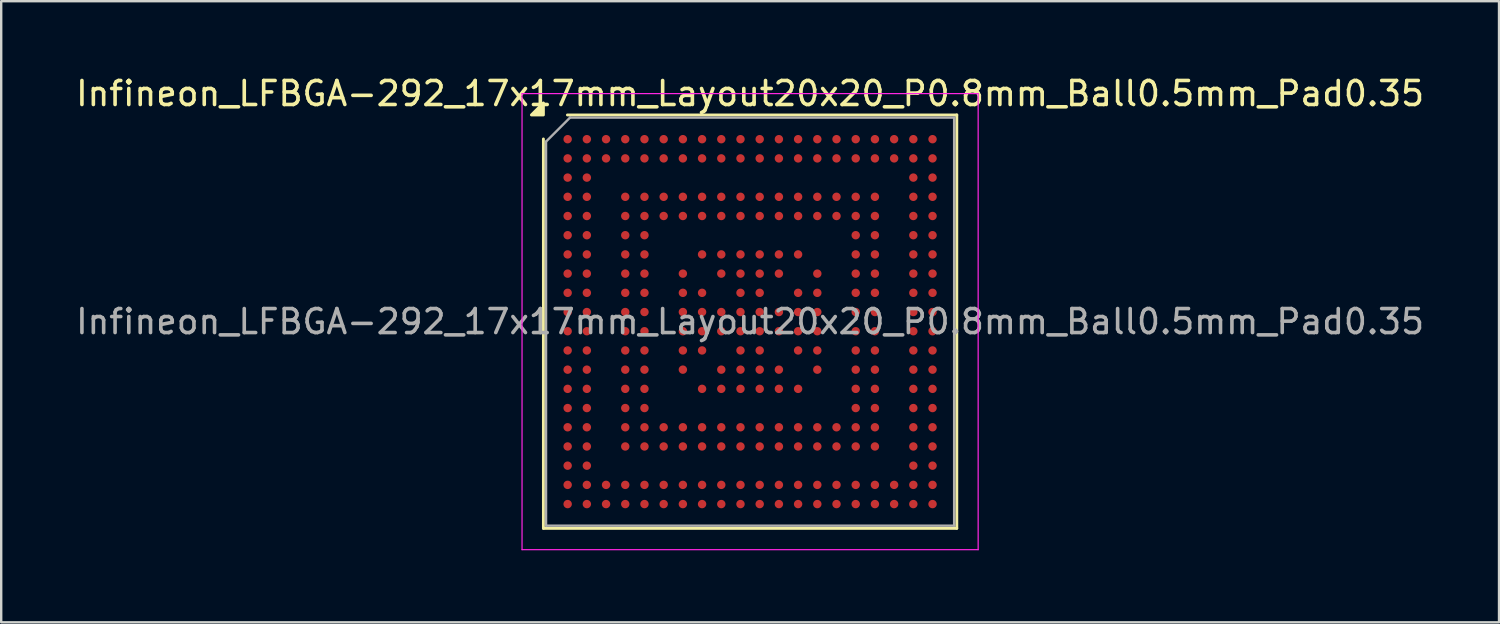
<source format=kicad_pcb>
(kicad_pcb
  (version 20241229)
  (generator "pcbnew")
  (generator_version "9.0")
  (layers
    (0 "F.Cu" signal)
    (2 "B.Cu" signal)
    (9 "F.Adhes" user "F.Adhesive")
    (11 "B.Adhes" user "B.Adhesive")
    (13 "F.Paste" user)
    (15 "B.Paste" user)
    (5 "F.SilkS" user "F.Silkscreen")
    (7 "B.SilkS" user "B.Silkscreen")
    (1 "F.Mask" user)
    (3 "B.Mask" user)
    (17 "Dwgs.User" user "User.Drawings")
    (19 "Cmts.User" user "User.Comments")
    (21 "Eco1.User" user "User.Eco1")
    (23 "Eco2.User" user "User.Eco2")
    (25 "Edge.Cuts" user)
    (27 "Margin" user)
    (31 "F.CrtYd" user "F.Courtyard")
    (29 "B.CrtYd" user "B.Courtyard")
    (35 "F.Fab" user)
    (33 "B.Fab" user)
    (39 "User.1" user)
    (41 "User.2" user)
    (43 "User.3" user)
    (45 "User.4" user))
  (footprint "Infineon_LFBGA-292_17x17mm_Layout20x20_P0.8mm_Ball0.5mm_Pad0.35"
    (layer "F.Cu")
    (at 28.196 10.348)
    (property "Reference" "Infineon_LFBGA-292_17x17mm_Layout20x20_P0.8mm_Ball0.5mm_Pad0.35" (at 0 -9.5 0) (layer "F.SilkS") (effects (font (size 1 1) (thickness 0.15))))
    (attr smd)
    (fp_line (start -8.61 8.61) (end -8.61 -7.61) (stroke (width 0.12) (type solid)) (layer "F.SilkS"))
    (fp_line (start -7.61 -8.61) (end 8.61 -8.61) (stroke (width 0.12) (type solid)) (layer "F.SilkS"))
    (fp_line (start 8.61 -8.61) (end 8.61 8.61) (stroke (width 0.12) (type solid)) (layer "F.SilkS"))
    (fp_line (start 8.61 8.61) (end -8.61 8.61) (stroke (width 0.12) (type solid)) (layer "F.SilkS"))
    (fp_poly (pts (xy -8.61 -8.61) (xy -9.11 -8.61) (xy -8.61 -9.11) (xy -8.61 -8.61)) (stroke (width 0.12) (type solid)) (fill yes) (layer "F.SilkS"))
    (fp_line (start -9.5 -9.5) (end -9.5 9.5) (stroke (width 0.05) (type solid)) (layer "F.CrtYd"))
    (fp_line (start -9.5 9.5) (end 9.5 9.5) (stroke (width 0.05) (type solid)) (layer "F.CrtYd"))
    (fp_line (start 9.5 -9.5) (end -9.5 -9.5) (stroke (width 0.05) (type solid)) (layer "F.CrtYd"))
    (fp_line (start 9.5 9.5) (end 9.5 -9.5) (stroke (width 0.05) (type solid)) (layer "F.CrtYd"))
    (fp_line (start -8.5 -7.5) (end -7.5 -8.5) (stroke (width 0.1) (type solid)) (layer "F.Fab"))
    (fp_line (start -8.5 8.5) (end -8.5 -7.5) (stroke (width 0.1) (type solid)) (layer "F.Fab"))
    (fp_line (start -7.5 -8.5) (end 8.5 -8.5) (stroke (width 0.1) (type solid)) (layer "F.Fab"))
    (fp_line (start 8.5 -8.5) (end 8.5 8.5) (stroke (width 0.1) (type solid)) (layer "F.Fab"))
    (fp_line (start 8.5 8.5) (end -8.5 8.5) (stroke (width 0.1) (type solid)) (layer "F.Fab"))
    (fp_text user "${REFERENCE}" (at 0 0 0) (layer "F.Fab") (effects (font (size 1 1) (thickness 0.15))))
    (pad "A1" smd circle (at -7.6 -7.6) (size 0.35 0.35) (property pad_prop_bga) (layers "F.Cu" "F.Mask" "F.Paste"))
    (pad "A2" smd circle (at -6.8 -7.6) (size 0.35 0.35) (property pad_prop_bga) (layers "F.Cu" "F.Mask" "F.Paste"))
    (pad "A3" smd circle (at -6 -7.6) (size 0.35 0.35) (property pad_prop_bga) (layers "F.Cu" "F.Mask" "F.Paste"))
    (pad "A4" smd circle (at -5.2 -7.6) (size 0.35 0.35) (property pad_prop_bga) (layers "F.Cu" "F.Mask" "F.Paste"))
    (pad "A5" smd circle (at -4.4 -7.6) (size 0.35 0.35) (property pad_prop_bga) (layers "F.Cu" "F.Mask" "F.Paste"))
    (pad "A6" smd circle (at -3.6 -7.6) (size 0.35 0.35) (property pad_prop_bga) (layers "F.Cu" "F.Mask" "F.Paste"))
    (pad "A7" smd circle (at -2.8 -7.6) (size 0.35 0.35) (property pad_prop_bga) (layers "F.Cu" "F.Mask" "F.Paste"))
    (pad "A8" smd circle (at -2 -7.6) (size 0.35 0.35) (property pad_prop_bga) (layers "F.Cu" "F.Mask" "F.Paste"))
    (pad "A9" smd circle (at -1.2 -7.6) (size 0.35 0.35) (property pad_prop_bga) (layers "F.Cu" "F.Mask" "F.Paste"))
    (pad "A10" smd circle (at -0.4 -7.6) (size 0.35 0.35) (property pad_prop_bga) (layers "F.Cu" "F.Mask" "F.Paste"))
    (pad "A11" smd circle (at 0.4 -7.6) (size 0.35 0.35) (property pad_prop_bga) (layers "F.Cu" "F.Mask" "F.Paste"))
    (pad "A12" smd circle (at 1.2 -7.6) (size 0.35 0.35) (property pad_prop_bga) (layers "F.Cu" "F.Mask" "F.Paste"))
    (pad "A13" smd circle (at 2 -7.6) (size 0.35 0.35) (property pad_prop_bga) (layers "F.Cu" "F.Mask" "F.Paste"))
    (pad "A14" smd circle (at 2.8 -7.6) (size 0.35 0.35) (property pad_prop_bga) (layers "F.Cu" "F.Mask" "F.Paste"))
    (pad "A15" smd circle (at 3.6 -7.6) (size 0.35 0.35) (property pad_prop_bga) (layers "F.Cu" "F.Mask" "F.Paste"))
    (pad "A16" smd circle (at 4.4 -7.6) (size 0.35 0.35) (property pad_prop_bga) (layers "F.Cu" "F.Mask" "F.Paste"))
    (pad "A17" smd circle (at 5.2 -7.6) (size 0.35 0.35) (property pad_prop_bga) (layers "F.Cu" "F.Mask" "F.Paste"))
    (pad "A18" smd circle (at 6 -7.6) (size 0.35 0.35) (property pad_prop_bga) (layers "F.Cu" "F.Mask" "F.Paste"))
    (pad "A19" smd circle (at 6.8 -7.6) (size 0.35 0.35) (property pad_prop_bga) (layers "F.Cu" "F.Mask" "F.Paste"))
    (pad "A20" smd circle (at 7.6 -7.6) (size 0.35 0.35) (property pad_prop_bga) (layers "F.Cu" "F.Mask" "F.Paste"))
    (pad "B1" smd circle (at -7.6 -6.8) (size 0.35 0.35) (property pad_prop_bga) (layers "F.Cu" "F.Mask" "F.Paste"))
    (pad "B2" smd circle (at -6.8 -6.8) (size 0.35 0.35) (property pad_prop_bga) (layers "F.Cu" "F.Mask" "F.Paste"))
    (pad "B3" smd circle (at -6 -6.8) (size 0.35 0.35) (property pad_prop_bga) (layers "F.Cu" "F.Mask" "F.Paste"))
    (pad "B4" smd circle (at -5.2 -6.8) (size 0.35 0.35) (property pad_prop_bga) (layers "F.Cu" "F.Mask" "F.Paste"))
    (pad "B5" smd circle (at -4.4 -6.8) (size 0.35 0.35) (property pad_prop_bga) (layers "F.Cu" "F.Mask" "F.Paste"))
    (pad "B6" smd circle (at -3.6 -6.8) (size 0.35 0.35) (property pad_prop_bga) (layers "F.Cu" "F.Mask" "F.Paste"))
    (pad "B7" smd circle (at -2.8 -6.8) (size 0.35 0.35) (property pad_prop_bga) (layers "F.Cu" "F.Mask" "F.Paste"))
    (pad "B8" smd circle (at -2 -6.8) (size 0.35 0.35) (property pad_prop_bga) (layers "F.Cu" "F.Mask" "F.Paste"))
    (pad "B9" smd circle (at -1.2 -6.8) (size 0.35 0.35) (property pad_prop_bga) (layers "F.Cu" "F.Mask" "F.Paste"))
    (pad "B10" smd circle (at -0.4 -6.8) (size 0.35 0.35) (property pad_prop_bga) (layers "F.Cu" "F.Mask" "F.Paste"))
    (pad "B11" smd circle (at 0.4 -6.8) (size 0.35 0.35) (property pad_prop_bga) (layers "F.Cu" "F.Mask" "F.Paste"))
    (pad "B12" smd circle (at 1.2 -6.8) (size 0.35 0.35) (property pad_prop_bga) (layers "F.Cu" "F.Mask" "F.Paste"))
    (pad "B13" smd circle (at 2 -6.8) (size 0.35 0.35) (property pad_prop_bga) (layers "F.Cu" "F.Mask" "F.Paste"))
    (pad "B14" smd circle (at 2.8 -6.8) (size 0.35 0.35) (property pad_prop_bga) (layers "F.Cu" "F.Mask" "F.Paste"))
    (pad "B15" smd circle (at 3.6 -6.8) (size 0.35 0.35) (property pad_prop_bga) (layers "F.Cu" "F.Mask" "F.Paste"))
    (pad "B16" smd circle (at 4.4 -6.8) (size 0.35 0.35) (property pad_prop_bga) (layers "F.Cu" "F.Mask" "F.Paste"))
    (pad "B17" smd circle (at 5.2 -6.8) (size 0.35 0.35) (property pad_prop_bga) (layers "F.Cu" "F.Mask" "F.Paste"))
    (pad "B18" smd circle (at 6 -6.8) (size 0.35 0.35) (property pad_prop_bga) (layers "F.Cu" "F.Mask" "F.Paste"))
    (pad "B19" smd circle (at 6.8 -6.8) (size 0.35 0.35) (property pad_prop_bga) (layers "F.Cu" "F.Mask" "F.Paste"))
    (pad "B20" smd circle (at 7.6 -6.8) (size 0.35 0.35) (property pad_prop_bga) (layers "F.Cu" "F.Mask" "F.Paste"))
    (pad "C1" smd circle (at -7.6 -6) (size 0.35 0.35) (property pad_prop_bga) (layers "F.Cu" "F.Mask" "F.Paste"))
    (pad "C2" smd circle (at -6.8 -6) (size 0.35 0.35) (property pad_prop_bga) (layers "F.Cu" "F.Mask" "F.Paste"))
    (pad "C19" smd circle (at 6.8 -6) (size 0.35 0.35) (property pad_prop_bga) (layers "F.Cu" "F.Mask" "F.Paste"))
    (pad "C20" smd circle (at 7.6 -6) (size 0.35 0.35) (property pad_prop_bga) (layers "F.Cu" "F.Mask" "F.Paste"))
    (pad "D1" smd circle (at -7.6 -5.2) (size 0.35 0.35) (property pad_prop_bga) (layers "F.Cu" "F.Mask" "F.Paste"))
    (pad "D2" smd circle (at -6.8 -5.2) (size 0.35 0.35) (property pad_prop_bga) (layers "F.Cu" "F.Mask" "F.Paste"))
    (pad "D4" smd circle (at -5.2 -5.2) (size 0.35 0.35) (property pad_prop_bga) (layers "F.Cu" "F.Mask" "F.Paste"))
    (pad "D5" smd circle (at -4.4 -5.2) (size 0.35 0.35) (property pad_prop_bga) (layers "F.Cu" "F.Mask" "F.Paste"))
    (pad "D6" smd circle (at -3.6 -5.2) (size 0.35 0.35) (property pad_prop_bga) (layers "F.Cu" "F.Mask" "F.Paste"))
    (pad "D7" smd circle (at -2.8 -5.2) (size 0.35 0.35) (property pad_prop_bga) (layers "F.Cu" "F.Mask" "F.Paste"))
    (pad "D8" smd circle (at -2 -5.2) (size 0.35 0.35) (property pad_prop_bga) (layers "F.Cu" "F.Mask" "F.Paste"))
    (pad "D9" smd circle (at -1.2 -5.2) (size 0.35 0.35) (property pad_prop_bga) (layers "F.Cu" "F.Mask" "F.Paste"))
    (pad "D10" smd circle (at -0.4 -5.2) (size 0.35 0.35) (property pad_prop_bga) (layers "F.Cu" "F.Mask" "F.Paste"))
    (pad "D11" smd circle (at 0.4 -5.2) (size 0.35 0.35) (property pad_prop_bga) (layers "F.Cu" "F.Mask" "F.Paste"))
    (pad "D12" smd circle (at 1.2 -5.2) (size 0.35 0.35) (property pad_prop_bga) (layers "F.Cu" "F.Mask" "F.Paste"))
    (pad "D13" smd circle (at 2 -5.2) (size 0.35 0.35) (property pad_prop_bga) (layers "F.Cu" "F.Mask" "F.Paste"))
    (pad "D14" smd circle (at 2.8 -5.2) (size 0.35 0.35) (property pad_prop_bga) (layers "F.Cu" "F.Mask" "F.Paste"))
    (pad "D15" smd circle (at 3.6 -5.2) (size 0.35 0.35) (property pad_prop_bga) (layers "F.Cu" "F.Mask" "F.Paste"))
    (pad "D16" smd circle (at 4.4 -5.2) (size 0.35 0.35) (property pad_prop_bga) (layers "F.Cu" "F.Mask" "F.Paste"))
    (pad "D17" smd circle (at 5.2 -5.2) (size 0.35 0.35) (property pad_prop_bga) (layers "F.Cu" "F.Mask" "F.Paste"))
    (pad "D19" smd circle (at 6.8 -5.2) (size 0.35 0.35) (property pad_prop_bga) (layers "F.Cu" "F.Mask" "F.Paste"))
    (pad "D20" smd circle (at 7.6 -5.2) (size 0.35 0.35) (property pad_prop_bga) (layers "F.Cu" "F.Mask" "F.Paste"))
    (pad "E1" smd circle (at -7.6 -4.4) (size 0.35 0.35) (property pad_prop_bga) (layers "F.Cu" "F.Mask" "F.Paste"))
    (pad "E2" smd circle (at -6.8 -4.4) (size 0.35 0.35) (property pad_prop_bga) (layers "F.Cu" "F.Mask" "F.Paste"))
    (pad "E4" smd circle (at -5.2 -4.4) (size 0.35 0.35) (property pad_prop_bga) (layers "F.Cu" "F.Mask" "F.Paste"))
    (pad "E5" smd circle (at -4.4 -4.4) (size 0.35 0.35) (property pad_prop_bga) (layers "F.Cu" "F.Mask" "F.Paste"))
    (pad "E6" smd circle (at -3.6 -4.4) (size 0.35 0.35) (property pad_prop_bga) (layers "F.Cu" "F.Mask" "F.Paste"))
    (pad "E7" smd circle (at -2.8 -4.4) (size 0.35 0.35) (property pad_prop_bga) (layers "F.Cu" "F.Mask" "F.Paste"))
    (pad "E8" smd circle (at -2 -4.4) (size 0.35 0.35) (property pad_prop_bga) (layers "F.Cu" "F.Mask" "F.Paste"))
    (pad "E9" smd circle (at -1.2 -4.4) (size 0.35 0.35) (property pad_prop_bga) (layers "F.Cu" "F.Mask" "F.Paste"))
    (pad "E10" smd circle (at -0.4 -4.4) (size 0.35 0.35) (property pad_prop_bga) (layers "F.Cu" "F.Mask" "F.Paste"))
    (pad "E11" smd circle (at 0.4 -4.4) (size 0.35 0.35) (property pad_prop_bga) (layers "F.Cu" "F.Mask" "F.Paste"))
    (pad "E12" smd circle (at 1.2 -4.4) (size 0.35 0.35) (property pad_prop_bga) (layers "F.Cu" "F.Mask" "F.Paste"))
    (pad "E13" smd circle (at 2 -4.4) (size 0.35 0.35) (property pad_prop_bga) (layers "F.Cu" "F.Mask" "F.Paste"))
    (pad "E14" smd circle (at 2.8 -4.4) (size 0.35 0.35) (property pad_prop_bga) (layers "F.Cu" "F.Mask" "F.Paste"))
    (pad "E15" smd circle (at 3.6 -4.4) (size 0.35 0.35) (property pad_prop_bga) (layers "F.Cu" "F.Mask" "F.Paste"))
    (pad "E16" smd circle (at 4.4 -4.4) (size 0.35 0.35) (property pad_prop_bga) (layers "F.Cu" "F.Mask" "F.Paste"))
    (pad "E17" smd circle (at 5.2 -4.4) (size 0.35 0.35) (property pad_prop_bga) (layers "F.Cu" "F.Mask" "F.Paste"))
    (pad "E19" smd circle (at 6.8 -4.4) (size 0.35 0.35) (property pad_prop_bga) (layers "F.Cu" "F.Mask" "F.Paste"))
    (pad "E20" smd circle (at 7.6 -4.4) (size 0.35 0.35) (property pad_prop_bga) (layers "F.Cu" "F.Mask" "F.Paste"))
    (pad "F1" smd circle (at -7.6 -3.6) (size 0.35 0.35) (property pad_prop_bga) (layers "F.Cu" "F.Mask" "F.Paste"))
    (pad "F2" smd circle (at -6.8 -3.6) (size 0.35 0.35) (property pad_prop_bga) (layers "F.Cu" "F.Mask" "F.Paste"))
    (pad "F4" smd circle (at -5.2 -3.6) (size 0.35 0.35) (property pad_prop_bga) (layers "F.Cu" "F.Mask" "F.Paste"))
    (pad "F5" smd circle (at -4.4 -3.6) (size 0.35 0.35) (property pad_prop_bga) (layers "F.Cu" "F.Mask" "F.Paste"))
    (pad "F16" smd circle (at 4.4 -3.6) (size 0.35 0.35) (property pad_prop_bga) (layers "F.Cu" "F.Mask" "F.Paste"))
    (pad "F17" smd circle (at 5.2 -3.6) (size 0.35 0.35) (property pad_prop_bga) (layers "F.Cu" "F.Mask" "F.Paste"))
    (pad "F19" smd circle (at 6.8 -3.6) (size 0.35 0.35) (property pad_prop_bga) (layers "F.Cu" "F.Mask" "F.Paste"))
    (pad "F20" smd circle (at 7.6 -3.6) (size 0.35 0.35) (property pad_prop_bga) (layers "F.Cu" "F.Mask" "F.Paste"))
    (pad "G1" smd circle (at -7.6 -2.8) (size 0.35 0.35) (property pad_prop_bga) (layers "F.Cu" "F.Mask" "F.Paste"))
    (pad "G2" smd circle (at -6.8 -2.8) (size 0.35 0.35) (property pad_prop_bga) (layers "F.Cu" "F.Mask" "F.Paste"))
    (pad "G4" smd circle (at -5.2 -2.8) (size 0.35 0.35) (property pad_prop_bga) (layers "F.Cu" "F.Mask" "F.Paste"))
    (pad "G5" smd circle (at -4.4 -2.8) (size 0.35 0.35) (property pad_prop_bga) (layers "F.Cu" "F.Mask" "F.Paste"))
    (pad "G8" smd circle (at -2 -2.8) (size 0.35 0.35) (property pad_prop_bga) (layers "F.Cu" "F.Mask" "F.Paste"))
    (pad "G9" smd circle (at -1.2 -2.8) (size 0.35 0.35) (property pad_prop_bga) (layers "F.Cu" "F.Mask" "F.Paste"))
    (pad "G10" smd circle (at -0.4 -2.8) (size 0.35 0.35) (property pad_prop_bga) (layers "F.Cu" "F.Mask" "F.Paste"))
    (pad "G11" smd circle (at 0.4 -2.8) (size 0.35 0.35) (property pad_prop_bga) (layers "F.Cu" "F.Mask" "F.Paste"))
    (pad "G12" smd circle (at 1.2 -2.8) (size 0.35 0.35) (property pad_prop_bga) (layers "F.Cu" "F.Mask" "F.Paste"))
    (pad "G13" smd circle (at 2 -2.8) (size 0.35 0.35) (property pad_prop_bga) (layers "F.Cu" "F.Mask" "F.Paste"))
    (pad "G16" smd circle (at 4.4 -2.8) (size 0.35 0.35) (property pad_prop_bga) (layers "F.Cu" "F.Mask" "F.Paste"))
    (pad "G17" smd circle (at 5.2 -2.8) (size 0.35 0.35) (property pad_prop_bga) (layers "F.Cu" "F.Mask" "F.Paste"))
    (pad "G19" smd circle (at 6.8 -2.8) (size 0.35 0.35) (property pad_prop_bga) (layers "F.Cu" "F.Mask" "F.Paste"))
    (pad "G20" smd circle (at 7.6 -2.8) (size 0.35 0.35) (property pad_prop_bga) (layers "F.Cu" "F.Mask" "F.Paste"))
    (pad "H1" smd circle (at -7.6 -2) (size 0.35 0.35) (property pad_prop_bga) (layers "F.Cu" "F.Mask" "F.Paste"))
    (pad "H2" smd circle (at -6.8 -2) (size 0.35 0.35) (property pad_prop_bga) (layers "F.Cu" "F.Mask" "F.Paste"))
    (pad "H4" smd circle (at -5.2 -2) (size 0.35 0.35) (property pad_prop_bga) (layers "F.Cu" "F.Mask" "F.Paste"))
    (pad "H5" smd circle (at -4.4 -2) (size 0.35 0.35) (property pad_prop_bga) (layers "F.Cu" "F.Mask" "F.Paste"))
    (pad "H7" smd circle (at -2.8 -2) (size 0.35 0.35) (property pad_prop_bga) (layers "F.Cu" "F.Mask" "F.Paste"))
    (pad "H9" smd circle (at -1.2 -2) (size 0.35 0.35) (property pad_prop_bga) (layers "F.Cu" "F.Mask" "F.Paste"))
    (pad "H10" smd circle (at -0.4 -2) (size 0.35 0.35) (property pad_prop_bga) (layers "F.Cu" "F.Mask" "F.Paste"))
    (pad "H11" smd circle (at 0.4 -2) (size 0.35 0.35) (property pad_prop_bga) (layers "F.Cu" "F.Mask" "F.Paste"))
    (pad "H12" smd circle (at 1.2 -2) (size 0.35 0.35) (property pad_prop_bga) (layers "F.Cu" "F.Mask" "F.Paste"))
    (pad "H14" smd circle (at 2.8 -2) (size 0.35 0.35) (property pad_prop_bga) (layers "F.Cu" "F.Mask" "F.Paste"))
    (pad "H16" smd circle (at 4.4 -2) (size 0.35 0.35) (property pad_prop_bga) (layers "F.Cu" "F.Mask" "F.Paste"))
    (pad "H17" smd circle (at 5.2 -2) (size 0.35 0.35) (property pad_prop_bga) (layers "F.Cu" "F.Mask" "F.Paste"))
    (pad "H19" smd circle (at 6.8 -2) (size 0.35 0.35) (property pad_prop_bga) (layers "F.Cu" "F.Mask" "F.Paste"))
    (pad "H20" smd circle (at 7.6 -2) (size 0.35 0.35) (property pad_prop_bga) (layers "F.Cu" "F.Mask" "F.Paste"))
    (pad "J1" smd circle (at -7.6 -1.2) (size 0.35 0.35) (property pad_prop_bga) (layers "F.Cu" "F.Mask" "F.Paste"))
    (pad "J2" smd circle (at -6.8 -1.2) (size 0.35 0.35) (property pad_prop_bga) (layers "F.Cu" "F.Mask" "F.Paste"))
    (pad "J4" smd circle (at -5.2 -1.2) (size 0.35 0.35) (property pad_prop_bga) (layers "F.Cu" "F.Mask" "F.Paste"))
    (pad "J5" smd circle (at -4.4 -1.2) (size 0.35 0.35) (property pad_prop_bga) (layers "F.Cu" "F.Mask" "F.Paste"))
    (pad "J7" smd circle (at -2.8 -1.2) (size 0.35 0.35) (property pad_prop_bga) (layers "F.Cu" "F.Mask" "F.Paste"))
    (pad "J8" smd circle (at -2 -1.2) (size 0.35 0.35) (property pad_prop_bga) (layers "F.Cu" "F.Mask" "F.Paste"))
    (pad "J10" smd circle (at -0.4 -1.2) (size 0.35 0.35) (property pad_prop_bga) (layers "F.Cu" "F.Mask" "F.Paste"))
    (pad "J11" smd circle (at 0.4 -1.2) (size 0.35 0.35) (property pad_prop_bga) (layers "F.Cu" "F.Mask" "F.Paste"))
    (pad "J13" smd circle (at 2 -1.2) (size 0.35 0.35) (property pad_prop_bga) (layers "F.Cu" "F.Mask" "F.Paste"))
    (pad "J14" smd circle (at 2.8 -1.2) (size 0.35 0.35) (property pad_prop_bga) (layers "F.Cu" "F.Mask" "F.Paste"))
    (pad "J16" smd circle (at 4.4 -1.2) (size 0.35 0.35) (property pad_prop_bga) (layers "F.Cu" "F.Mask" "F.Paste"))
    (pad "J17" smd circle (at 5.2 -1.2) (size 0.35 0.35) (property pad_prop_bga) (layers "F.Cu" "F.Mask" "F.Paste"))
    (pad "J19" smd circle (at 6.8 -1.2) (size 0.35 0.35) (property pad_prop_bga) (layers "F.Cu" "F.Mask" "F.Paste"))
    (pad "J20" smd circle (at 7.6 -1.2) (size 0.35 0.35) (property pad_prop_bga) (layers "F.Cu" "F.Mask" "F.Paste"))
    (pad "K1" smd circle (at -7.6 -0.4) (size 0.35 0.35) (property pad_prop_bga) (layers "F.Cu" "F.Mask" "F.Paste"))
    (pad "K2" smd circle (at -6.8 -0.4) (size 0.35 0.35) (property pad_prop_bga) (layers "F.Cu" "F.Mask" "F.Paste"))
    (pad "K4" smd circle (at -5.2 -0.4) (size 0.35 0.35) (property pad_prop_bga) (layers "F.Cu" "F.Mask" "F.Paste"))
    (pad "K5" smd circle (at -4.4 -0.4) (size 0.35 0.35) (property pad_prop_bga) (layers "F.Cu" "F.Mask" "F.Paste"))
    (pad "K7" smd circle (at -2.8 -0.4) (size 0.35 0.35) (property pad_prop_bga) (layers "F.Cu" "F.Mask" "F.Paste"))
    (pad "K8" smd circle (at -2 -0.4) (size 0.35 0.35) (property pad_prop_bga) (layers "F.Cu" "F.Mask" "F.Paste"))
    (pad "K9" smd circle (at -1.2 -0.4) (size 0.35 0.35) (property pad_prop_bga) (layers "F.Cu" "F.Mask" "F.Paste"))
    (pad "K10" smd circle (at -0.4 -0.4) (size 0.35 0.35) (property pad_prop_bga) (layers "F.Cu" "F.Mask" "F.Paste"))
    (pad "K11" smd circle (at 0.4 -0.4) (size 0.35 0.35) (property pad_prop_bga) (layers "F.Cu" "F.Mask" "F.Paste"))
    (pad "K12" smd circle (at 1.2 -0.4) (size 0.35 0.35) (property pad_prop_bga) (layers "F.Cu" "F.Mask" "F.Paste"))
    (pad "K13" smd circle (at 2 -0.4) (size 0.35 0.35) (property pad_prop_bga) (layers "F.Cu" "F.Mask" "F.Paste"))
    (pad "K14" smd circle (at 2.8 -0.4) (size 0.35 0.35) (property pad_prop_bga) (layers "F.Cu" "F.Mask" "F.Paste"))
    (pad "K16" smd circle (at 4.4 -0.4) (size 0.35 0.35) (property pad_prop_bga) (layers "F.Cu" "F.Mask" "F.Paste"))
    (pad "K17" smd circle (at 5.2 -0.4) (size 0.35 0.35) (property pad_prop_bga) (layers "F.Cu" "F.Mask" "F.Paste"))
    (pad "K19" smd circle (at 6.8 -0.4) (size 0.35 0.35) (property pad_prop_bga) (layers "F.Cu" "F.Mask" "F.Paste"))
    (pad "K20" smd circle (at 7.6 -0.4) (size 0.35 0.35) (property pad_prop_bga) (layers "F.Cu" "F.Mask" "F.Paste"))
    (pad "L1" smd circle (at -7.6 0.4) (size 0.35 0.35) (property pad_prop_bga) (layers "F.Cu" "F.Mask" "F.Paste"))
    (pad "L2" smd circle (at -6.8 0.4) (size 0.35 0.35) (property pad_prop_bga) (layers "F.Cu" "F.Mask" "F.Paste"))
    (pad "L4" smd circle (at -5.2 0.4) (size 0.35 0.35) (property pad_prop_bga) (layers "F.Cu" "F.Mask" "F.Paste"))
    (pad "L5" smd circle (at -4.4 0.4) (size 0.35 0.35) (property pad_prop_bga) (layers "F.Cu" "F.Mask" "F.Paste"))
    (pad "L7" smd circle (at -2.8 0.4) (size 0.35 0.35) (property pad_prop_bga) (layers "F.Cu" "F.Mask" "F.Paste"))
    (pad "L8" smd circle (at -2 0.4) (size 0.35 0.35) (property pad_prop_bga) (layers "F.Cu" "F.Mask" "F.Paste"))
    (pad "L9" smd circle (at -1.2 0.4) (size 0.35 0.35) (property pad_prop_bga) (layers "F.Cu" "F.Mask" "F.Paste"))
    (pad "L10" smd circle (at -0.4 0.4) (size 0.35 0.35) (property pad_prop_bga) (layers "F.Cu" "F.Mask" "F.Paste"))
    (pad "L11" smd circle (at 0.4 0.4) (size 0.35 0.35) (property pad_prop_bga) (layers "F.Cu" "F.Mask" "F.Paste"))
    (pad "L12" smd circle (at 1.2 0.4) (size 0.35 0.35) (property pad_prop_bga) (layers "F.Cu" "F.Mask" "F.Paste"))
    (pad "L13" smd circle (at 2 0.4) (size 0.35 0.35) (property pad_prop_bga) (layers "F.Cu" "F.Mask" "F.Paste"))
    (pad "L14" smd circle (at 2.8 0.4) (size 0.35 0.35) (property pad_prop_bga) (layers "F.Cu" "F.Mask" "F.Paste"))
    (pad "L16" smd circle (at 4.4 0.4) (size 0.35 0.35) (property pad_prop_bga) (layers "F.Cu" "F.Mask" "F.Paste"))
    (pad "L17" smd circle (at 5.2 0.4) (size 0.35 0.35) (property pad_prop_bga) (layers "F.Cu" "F.Mask" "F.Paste"))
    (pad "L19" smd circle (at 6.8 0.4) (size 0.35 0.35) (property pad_prop_bga) (layers "F.Cu" "F.Mask" "F.Paste"))
    (pad "L20" smd circle (at 7.6 0.4) (size 0.35 0.35) (property pad_prop_bga) (layers "F.Cu" "F.Mask" "F.Paste"))
    (pad "M1" smd circle (at -7.6 1.2) (size 0.35 0.35) (property pad_prop_bga) (layers "F.Cu" "F.Mask" "F.Paste"))
    (pad "M2" smd circle (at -6.8 1.2) (size 0.35 0.35) (property pad_prop_bga) (layers "F.Cu" "F.Mask" "F.Paste"))
    (pad "M4" smd circle (at -5.2 1.2) (size 0.35 0.35) (property pad_prop_bga) (layers "F.Cu" "F.Mask" "F.Paste"))
    (pad "M5" smd circle (at -4.4 1.2) (size 0.35 0.35) (property pad_prop_bga) (layers "F.Cu" "F.Mask" "F.Paste"))
    (pad "M7" smd circle (at -2.8 1.2) (size 0.35 0.35) (property pad_prop_bga) (layers "F.Cu" "F.Mask" "F.Paste"))
    (pad "M8" smd circle (at -2 1.2) (size 0.35 0.35) (property pad_prop_bga) (layers "F.Cu" "F.Mask" "F.Paste"))
    (pad "M10" smd circle (at -0.4 1.2) (size 0.35 0.35) (property pad_prop_bga) (layers "F.Cu" "F.Mask" "F.Paste"))
    (pad "M11" smd circle (at 0.4 1.2) (size 0.35 0.35) (property pad_prop_bga) (layers "F.Cu" "F.Mask" "F.Paste"))
    (pad "M13" smd circle (at 2 1.2) (size 0.35 0.35) (property pad_prop_bga) (layers "F.Cu" "F.Mask" "F.Paste"))
    (pad "M14" smd circle (at 2.8 1.2) (size 0.35 0.35) (property pad_prop_bga) (layers "F.Cu" "F.Mask" "F.Paste"))
    (pad "M16" smd circle (at 4.4 1.2) (size 0.35 0.35) (property pad_prop_bga) (layers "F.Cu" "F.Mask" "F.Paste"))
    (pad "M17" smd circle (at 5.2 1.2) (size 0.35 0.35) (property pad_prop_bga) (layers "F.Cu" "F.Mask" "F.Paste"))
    (pad "M19" smd circle (at 6.8 1.2) (size 0.35 0.35) (property pad_prop_bga) (layers "F.Cu" "F.Mask" "F.Paste"))
    (pad "M20" smd circle (at 7.6 1.2) (size 0.35 0.35) (property pad_prop_bga) (layers "F.Cu" "F.Mask" "F.Paste"))
    (pad "N1" smd circle (at -7.6 2) (size 0.35 0.35) (property pad_prop_bga) (layers "F.Cu" "F.Mask" "F.Paste"))
    (pad "N2" smd circle (at -6.8 2) (size 0.35 0.35) (property pad_prop_bga) (layers "F.Cu" "F.Mask" "F.Paste"))
    (pad "N4" smd circle (at -5.2 2) (size 0.35 0.35) (property pad_prop_bga) (layers "F.Cu" "F.Mask" "F.Paste"))
    (pad "N5" smd circle (at -4.4 2) (size 0.35 0.35) (property pad_prop_bga) (layers "F.Cu" "F.Mask" "F.Paste"))
    (pad "N7" smd circle (at -2.8 2) (size 0.35 0.35) (property pad_prop_bga) (layers "F.Cu" "F.Mask" "F.Paste"))
    (pad "N9" smd circle (at -1.2 2) (size 0.35 0.35) (property pad_prop_bga) (layers "F.Cu" "F.Mask" "F.Paste"))
    (pad "N10" smd circle (at -0.4 2) (size 0.35 0.35) (property pad_prop_bga) (layers "F.Cu" "F.Mask" "F.Paste"))
    (pad "N11" smd circle (at 0.4 2) (size 0.35 0.35) (property pad_prop_bga) (layers "F.Cu" "F.Mask" "F.Paste"))
    (pad "N12" smd circle (at 1.2 2) (size 0.35 0.35) (property pad_prop_bga) (layers "F.Cu" "F.Mask" "F.Paste"))
    (pad "N14" smd circle (at 2.8 2) (size 0.35 0.35) (property pad_prop_bga) (layers "F.Cu" "F.Mask" "F.Paste"))
    (pad "N16" smd circle (at 4.4 2) (size 0.35 0.35) (property pad_prop_bga) (layers "F.Cu" "F.Mask" "F.Paste"))
    (pad "N17" smd circle (at 5.2 2) (size 0.35 0.35) (property pad_prop_bga) (layers "F.Cu" "F.Mask" "F.Paste"))
    (pad "N19" smd circle (at 6.8 2) (size 0.35 0.35) (property pad_prop_bga) (layers "F.Cu" "F.Mask" "F.Paste"))
    (pad "N20" smd circle (at 7.6 2) (size 0.35 0.35) (property pad_prop_bga) (layers "F.Cu" "F.Mask" "F.Paste"))
    (pad "P1" smd circle (at -7.6 2.8) (size 0.35 0.35) (property pad_prop_bga) (layers "F.Cu" "F.Mask" "F.Paste"))
    (pad "P2" smd circle (at -6.8 2.8) (size 0.35 0.35) (property pad_prop_bga) (layers "F.Cu" "F.Mask" "F.Paste"))
    (pad "P4" smd circle (at -5.2 2.8) (size 0.35 0.35) (property pad_prop_bga) (layers "F.Cu" "F.Mask" "F.Paste"))
    (pad "P5" smd circle (at -4.4 2.8) (size 0.35 0.35) (property pad_prop_bga) (layers "F.Cu" "F.Mask" "F.Paste"))
    (pad "P8" smd circle (at -2 2.8) (size 0.35 0.35) (property pad_prop_bga) (layers "F.Cu" "F.Mask" "F.Paste"))
    (pad "P9" smd circle (at -1.2 2.8) (size 0.35 0.35) (property pad_prop_bga) (layers "F.Cu" "F.Mask" "F.Paste"))
    (pad "P10" smd circle (at -0.4 2.8) (size 0.35 0.35) (property pad_prop_bga) (layers "F.Cu" "F.Mask" "F.Paste"))
    (pad "P11" smd circle (at 0.4 2.8) (size 0.35 0.35) (property pad_prop_bga) (layers "F.Cu" "F.Mask" "F.Paste"))
    (pad "P12" smd circle (at 1.2 2.8) (size 0.35 0.35) (property pad_prop_bga) (layers "F.Cu" "F.Mask" "F.Paste"))
    (pad "P13" smd circle (at 2 2.8) (size 0.35 0.35) (property pad_prop_bga) (layers "F.Cu" "F.Mask" "F.Paste"))
    (pad "P16" smd circle (at 4.4 2.8) (size 0.35 0.35) (property pad_prop_bga) (layers "F.Cu" "F.Mask" "F.Paste"))
    (pad "P17" smd circle (at 5.2 2.8) (size 0.35 0.35) (property pad_prop_bga) (layers "F.Cu" "F.Mask" "F.Paste"))
    (pad "P19" smd circle (at 6.8 2.8) (size 0.35 0.35) (property pad_prop_bga) (layers "F.Cu" "F.Mask" "F.Paste"))
    (pad "P20" smd circle (at 7.6 2.8) (size 0.35 0.35) (property pad_prop_bga) (layers "F.Cu" "F.Mask" "F.Paste"))
    (pad "R1" smd circle (at -7.6 3.6) (size 0.35 0.35) (property pad_prop_bga) (layers "F.Cu" "F.Mask" "F.Paste"))
    (pad "R2" smd circle (at -6.8 3.6) (size 0.35 0.35) (property pad_prop_bga) (layers "F.Cu" "F.Mask" "F.Paste"))
    (pad "R4" smd circle (at -5.2 3.6) (size 0.35 0.35) (property pad_prop_bga) (layers "F.Cu" "F.Mask" "F.Paste"))
    (pad "R5" smd circle (at -4.4 3.6) (size 0.35 0.35) (property pad_prop_bga) (layers "F.Cu" "F.Mask" "F.Paste"))
    (pad "R16" smd circle (at 4.4 3.6) (size 0.35 0.35) (property pad_prop_bga) (layers "F.Cu" "F.Mask" "F.Paste"))
    (pad "R17" smd circle (at 5.2 3.6) (size 0.35 0.35) (property pad_prop_bga) (layers "F.Cu" "F.Mask" "F.Paste"))
    (pad "R19" smd circle (at 6.8 3.6) (size 0.35 0.35) (property pad_prop_bga) (layers "F.Cu" "F.Mask" "F.Paste"))
    (pad "R20" smd circle (at 7.6 3.6) (size 0.35 0.35) (property pad_prop_bga) (layers "F.Cu" "F.Mask" "F.Paste"))
    (pad "T1" smd circle (at -7.6 4.4) (size 0.35 0.35) (property pad_prop_bga) (layers "F.Cu" "F.Mask" "F.Paste"))
    (pad "T2" smd circle (at -6.8 4.4) (size 0.35 0.35) (property pad_prop_bga) (layers "F.Cu" "F.Mask" "F.Paste"))
    (pad "T4" smd circle (at -5.2 4.4) (size 0.35 0.35) (property pad_prop_bga) (layers "F.Cu" "F.Mask" "F.Paste"))
    (pad "T5" smd circle (at -4.4 4.4) (size 0.35 0.35) (property pad_prop_bga) (layers "F.Cu" "F.Mask" "F.Paste"))
    (pad "T6" smd circle (at -3.6 4.4) (size 0.35 0.35) (property pad_prop_bga) (layers "F.Cu" "F.Mask" "F.Paste"))
    (pad "T7" smd circle (at -2.8 4.4) (size 0.35 0.35) (property pad_prop_bga) (layers "F.Cu" "F.Mask" "F.Paste"))
    (pad "T8" smd circle (at -2 4.4) (size 0.35 0.35) (property pad_prop_bga) (layers "F.Cu" "F.Mask" "F.Paste"))
    (pad "T9" smd circle (at -1.2 4.4) (size 0.35 0.35) (property pad_prop_bga) (layers "F.Cu" "F.Mask" "F.Paste"))
    (pad "T10" smd circle (at -0.4 4.4) (size 0.35 0.35) (property pad_prop_bga) (layers "F.Cu" "F.Mask" "F.Paste"))
    (pad "T11" smd circle (at 0.4 4.4) (size 0.35 0.35) (property pad_prop_bga) (layers "F.Cu" "F.Mask" "F.Paste"))
    (pad "T12" smd circle (at 1.2 4.4) (size 0.35 0.35) (property pad_prop_bga) (layers "F.Cu" "F.Mask" "F.Paste"))
    (pad "T13" smd circle (at 2 4.4) (size 0.35 0.35) (property pad_prop_bga) (layers "F.Cu" "F.Mask" "F.Paste"))
    (pad "T14" smd circle (at 2.8 4.4) (size 0.35 0.35) (property pad_prop_bga) (layers "F.Cu" "F.Mask" "F.Paste"))
    (pad "T15" smd circle (at 3.6 4.4) (size 0.35 0.35) (property pad_prop_bga) (layers "F.Cu" "F.Mask" "F.Paste"))
    (pad "T16" smd circle (at 4.4 4.4) (size 0.35 0.35) (property pad_prop_bga) (layers "F.Cu" "F.Mask" "F.Paste"))
    (pad "T17" smd circle (at 5.2 4.4) (size 0.35 0.35) (property pad_prop_bga) (layers "F.Cu" "F.Mask" "F.Paste"))
    (pad "T19" smd circle (at 6.8 4.4) (size 0.35 0.35) (property pad_prop_bga) (layers "F.Cu" "F.Mask" "F.Paste"))
    (pad "T20" smd circle (at 7.6 4.4) (size 0.35 0.35) (property pad_prop_bga) (layers "F.Cu" "F.Mask" "F.Paste"))
    (pad "U1" smd circle (at -7.6 5.2) (size 0.35 0.35) (property pad_prop_bga) (layers "F.Cu" "F.Mask" "F.Paste"))
    (pad "U2" smd circle (at -6.8 5.2) (size 0.35 0.35) (property pad_prop_bga) (layers "F.Cu" "F.Mask" "F.Paste"))
    (pad "U4" smd circle (at -5.2 5.2) (size 0.35 0.35) (property pad_prop_bga) (layers "F.Cu" "F.Mask" "F.Paste"))
    (pad "U5" smd circle (at -4.4 5.2) (size 0.35 0.35) (property pad_prop_bga) (layers "F.Cu" "F.Mask" "F.Paste"))
    (pad "U6" smd circle (at -3.6 5.2) (size 0.35 0.35) (property pad_prop_bga) (layers "F.Cu" "F.Mask" "F.Paste"))
    (pad "U7" smd circle (at -2.8 5.2) (size 0.35 0.35) (property pad_prop_bga) (layers "F.Cu" "F.Mask" "F.Paste"))
    (pad "U8" smd circle (at -2 5.2) (size 0.35 0.35) (property pad_prop_bga) (layers "F.Cu" "F.Mask" "F.Paste"))
    (pad "U9" smd circle (at -1.2 5.2) (size 0.35 0.35) (property pad_prop_bga) (layers "F.Cu" "F.Mask" "F.Paste"))
    (pad "U10" smd circle (at -0.4 5.2) (size 0.35 0.35) (property pad_prop_bga) (layers "F.Cu" "F.Mask" "F.Paste"))
    (pad "U11" smd circle (at 0.4 5.2) (size 0.35 0.35) (property pad_prop_bga) (layers "F.Cu" "F.Mask" "F.Paste"))
    (pad "U12" smd circle (at 1.2 5.2) (size 0.35 0.35) (property pad_prop_bga) (layers "F.Cu" "F.Mask" "F.Paste"))
    (pad "U13" smd circle (at 2 5.2) (size 0.35 0.35) (property pad_prop_bga) (layers "F.Cu" "F.Mask" "F.Paste"))
    (pad "U14" smd circle (at 2.8 5.2) (size 0.35 0.35) (property pad_prop_bga) (layers "F.Cu" "F.Mask" "F.Paste"))
    (pad "U15" smd circle (at 3.6 5.2) (size 0.35 0.35) (property pad_prop_bga) (layers "F.Cu" "F.Mask" "F.Paste"))
    (pad "U16" smd circle (at 4.4 5.2) (size 0.35 0.35) (property pad_prop_bga) (layers "F.Cu" "F.Mask" "F.Paste"))
    (pad "U17" smd circle (at 5.2 5.2) (size 0.35 0.35) (property pad_prop_bga) (layers "F.Cu" "F.Mask" "F.Paste"))
    (pad "U19" smd circle (at 6.8 5.2) (size 0.35 0.35) (property pad_prop_bga) (layers "F.Cu" "F.Mask" "F.Paste"))
    (pad "U20" smd circle (at 7.6 5.2) (size 0.35 0.35) (property pad_prop_bga) (layers "F.Cu" "F.Mask" "F.Paste"))
    (pad "V1" smd circle (at -7.6 6) (size 0.35 0.35) (property pad_prop_bga) (layers "F.Cu" "F.Mask" "F.Paste"))
    (pad "V2" smd circle (at -6.8 6) (size 0.35 0.35) (property pad_prop_bga) (layers "F.Cu" "F.Mask" "F.Paste"))
    (pad "V19" smd circle (at 6.8 6) (size 0.35 0.35) (property pad_prop_bga) (layers "F.Cu" "F.Mask" "F.Paste"))
    (pad "V20" smd circle (at 7.6 6) (size 0.35 0.35) (property pad_prop_bga) (layers "F.Cu" "F.Mask" "F.Paste"))
    (pad "W1" smd circle (at -7.6 6.8) (size 0.35 0.35) (property pad_prop_bga) (layers "F.Cu" "F.Mask" "F.Paste"))
    (pad "W2" smd circle (at -6.8 6.8) (size 0.35 0.35) (property pad_prop_bga) (layers "F.Cu" "F.Mask" "F.Paste"))
    (pad "W3" smd circle (at -6 6.8) (size 0.35 0.35) (property pad_prop_bga) (layers "F.Cu" "F.Mask" "F.Paste"))
    (pad "W4" smd circle (at -5.2 6.8) (size 0.35 0.35) (property pad_prop_bga) (layers "F.Cu" "F.Mask" "F.Paste"))
    (pad "W5" smd circle (at -4.4 6.8) (size 0.35 0.35) (property pad_prop_bga) (layers "F.Cu" "F.Mask" "F.Paste"))
    (pad "W6" smd circle (at -3.6 6.8) (size 0.35 0.35) (property pad_prop_bga) (layers "F.Cu" "F.Mask" "F.Paste"))
    (pad "W7" smd circle (at -2.8 6.8) (size 0.35 0.35) (property pad_prop_bga) (layers "F.Cu" "F.Mask" "F.Paste"))
    (pad "W8" smd circle (at -2 6.8) (size 0.35 0.35) (property pad_prop_bga) (layers "F.Cu" "F.Mask" "F.Paste"))
    (pad "W9" smd circle (at -1.2 6.8) (size 0.35 0.35) (property pad_prop_bga) (layers "F.Cu" "F.Mask" "F.Paste"))
    (pad "W10" smd circle (at -0.4 6.8) (size 0.35 0.35) (property pad_prop_bga) (layers "F.Cu" "F.Mask" "F.Paste"))
    (pad "W11" smd circle (at 0.4 6.8) (size 0.35 0.35) (property pad_prop_bga) (layers "F.Cu" "F.Mask" "F.Paste"))
    (pad "W12" smd circle (at 1.2 6.8) (size 0.35 0.35) (property pad_prop_bga) (layers "F.Cu" "F.Mask" "F.Paste"))
    (pad "W13" smd circle (at 2 6.8) (size 0.35 0.35) (property pad_prop_bga) (layers "F.Cu" "F.Mask" "F.Paste"))
    (pad "W14" smd circle (at 2.8 6.8) (size 0.35 0.35) (property pad_prop_bga) (layers "F.Cu" "F.Mask" "F.Paste"))
    (pad "W15" smd circle (at 3.6 6.8) (size 0.35 0.35) (property pad_prop_bga) (layers "F.Cu" "F.Mask" "F.Paste"))
    (pad "W16" smd circle (at 4.4 6.8) (size 0.35 0.35) (property pad_prop_bga) (layers "F.Cu" "F.Mask" "F.Paste"))
    (pad "W17" smd circle (at 5.2 6.8) (size 0.35 0.35) (property pad_prop_bga) (layers "F.Cu" "F.Mask" "F.Paste"))
    (pad "W18" smd circle (at 6 6.8) (size 0.35 0.35) (property pad_prop_bga) (layers "F.Cu" "F.Mask" "F.Paste"))
    (pad "W19" smd circle (at 6.8 6.8) (size 0.35 0.35) (property pad_prop_bga) (layers "F.Cu" "F.Mask" "F.Paste"))
    (pad "W20" smd circle (at 7.6 6.8) (size 0.35 0.35) (property pad_prop_bga) (layers "F.Cu" "F.Mask" "F.Paste"))
    (pad "Y1" smd circle (at -7.6 7.6) (size 0.35 0.35) (property pad_prop_bga) (layers "F.Cu" "F.Mask" "F.Paste"))
    (pad "Y2" smd circle (at -6.8 7.6) (size 0.35 0.35) (property pad_prop_bga) (layers "F.Cu" "F.Mask" "F.Paste"))
    (pad "Y3" smd circle (at -6 7.6) (size 0.35 0.35) (property pad_prop_bga) (layers "F.Cu" "F.Mask" "F.Paste"))
    (pad "Y4" smd circle (at -5.2 7.6) (size 0.35 0.35) (property pad_prop_bga) (layers "F.Cu" "F.Mask" "F.Paste"))
    (pad "Y5" smd circle (at -4.4 7.6) (size 0.35 0.35) (property pad_prop_bga) (layers "F.Cu" "F.Mask" "F.Paste"))
    (pad "Y6" smd circle (at -3.6 7.6) (size 0.35 0.35) (property pad_prop_bga) (layers "F.Cu" "F.Mask" "F.Paste"))
    (pad "Y7" smd circle (at -2.8 7.6) (size 0.35 0.35) (property pad_prop_bga) (layers "F.Cu" "F.Mask" "F.Paste"))
    (pad "Y8" smd circle (at -2 7.6) (size 0.35 0.35) (property pad_prop_bga) (layers "F.Cu" "F.Mask" "F.Paste"))
    (pad "Y9" smd circle (at -1.2 7.6) (size 0.35 0.35) (property pad_prop_bga) (layers "F.Cu" "F.Mask" "F.Paste"))
    (pad "Y10" smd circle (at -0.4 7.6) (size 0.35 0.35) (property pad_prop_bga) (layers "F.Cu" "F.Mask" "F.Paste"))
    (pad "Y11" smd circle (at 0.4 7.6) (size 0.35 0.35) (property pad_prop_bga) (layers "F.Cu" "F.Mask" "F.Paste"))
    (pad "Y12" smd circle (at 1.2 7.6) (size 0.35 0.35) (property pad_prop_bga) (layers "F.Cu" "F.Mask" "F.Paste"))
    (pad "Y13" smd circle (at 2 7.6) (size 0.35 0.35) (property pad_prop_bga) (layers "F.Cu" "F.Mask" "F.Paste"))
    (pad "Y14" smd circle (at 2.8 7.6) (size 0.35 0.35) (property pad_prop_bga) (layers "F.Cu" "F.Mask" "F.Paste"))
    (pad "Y15" smd circle (at 3.6 7.6) (size 0.35 0.35) (property pad_prop_bga) (layers "F.Cu" "F.Mask" "F.Paste"))
    (pad "Y16" smd circle (at 4.4 7.6) (size 0.35 0.35) (property pad_prop_bga) (layers "F.Cu" "F.Mask" "F.Paste"))
    (pad "Y17" smd circle (at 5.2 7.6) (size 0.35 0.35) (property pad_prop_bga) (layers "F.Cu" "F.Mask" "F.Paste"))
    (pad "Y18" smd circle (at 6 7.6) (size 0.35 0.35) (property pad_prop_bga) (layers "F.Cu" "F.Mask" "F.Paste"))
    (pad "Y19" smd circle (at 6.8 7.6) (size 0.35 0.35) (property pad_prop_bga) (layers "F.Cu" "F.Mask" "F.Paste"))
    (pad "Y20" smd circle (at 7.6 7.6) (size 0.35 0.35) (property pad_prop_bga) (layers "F.Cu" "F.Mask" "F.Paste")))
  (gr_rect
    (start -3 -3)
    (end 59.393 22.873)
    (stroke (width 0.1) (type default))
    (fill no)
    (layer "Edge.Cuts")))
</source>
